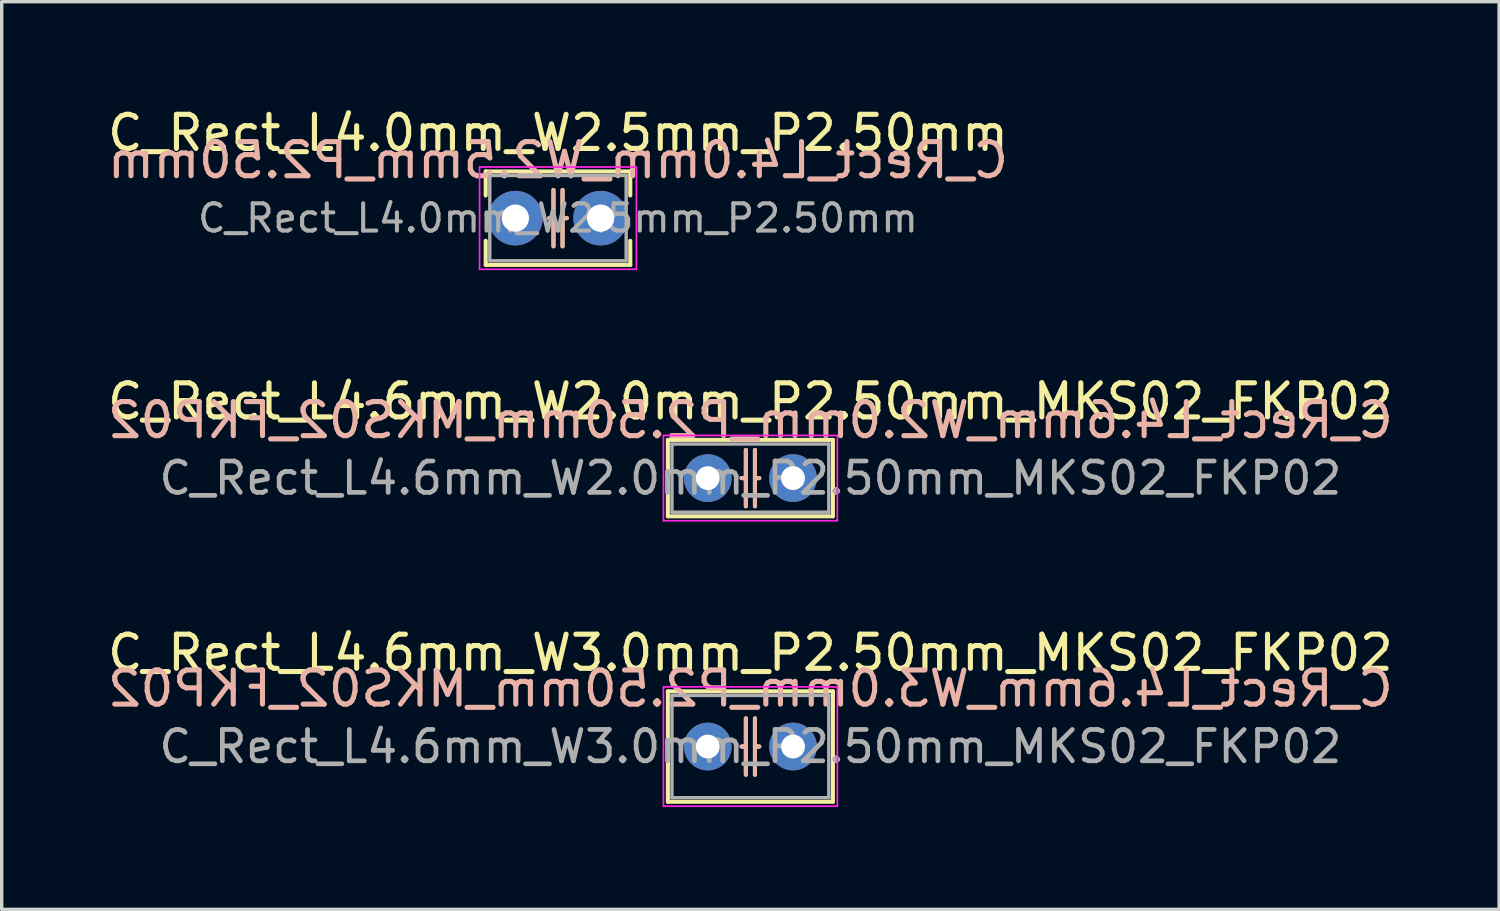
<source format=kicad_pcb>
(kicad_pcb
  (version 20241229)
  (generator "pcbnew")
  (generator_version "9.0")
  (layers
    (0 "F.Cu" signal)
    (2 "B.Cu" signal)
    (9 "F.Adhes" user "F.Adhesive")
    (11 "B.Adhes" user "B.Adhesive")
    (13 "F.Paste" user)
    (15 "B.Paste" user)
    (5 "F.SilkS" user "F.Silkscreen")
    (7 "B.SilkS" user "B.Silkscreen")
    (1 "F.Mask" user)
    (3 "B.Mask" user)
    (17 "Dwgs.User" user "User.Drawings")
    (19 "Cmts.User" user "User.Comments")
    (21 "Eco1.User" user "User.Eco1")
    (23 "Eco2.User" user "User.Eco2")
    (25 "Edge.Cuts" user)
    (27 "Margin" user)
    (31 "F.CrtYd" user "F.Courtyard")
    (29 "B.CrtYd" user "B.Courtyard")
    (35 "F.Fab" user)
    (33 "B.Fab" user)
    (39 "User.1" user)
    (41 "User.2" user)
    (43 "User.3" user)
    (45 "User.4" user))
  (footprint "C_Rect_L4.6mm_W3.0mm_P2.50mm_MKS02_FKP02"
    (layer "F.Cu")
    (at 17.708 18.845)
    (property "Reference" "C_Rect_L4.6mm_W3.0mm_P2.50mm_MKS02_FKP02" (at 1.25 -2.75 0) (layer "F.SilkS") (effects (font (size 1 1) (thickness 0.15))))
    (fp_line (start -1.17 -1.62) (end -1.17 1.62) (stroke (width 0.12) (type solid)) (layer "F.SilkS"))
    (fp_line (start -1.17 -1.62) (end 3.67 -1.62) (stroke (width 0.12) (type solid)) (layer "F.SilkS"))
    (fp_line (start -1.17 1.62) (end 3.67 1.62) (stroke (width 0.12) (type solid)) (layer "F.SilkS"))
    (fp_line (start 0.991 0) (end 1.054 0) (stroke (width 0.12) (type solid)) (layer "F.SilkS"))
    (fp_line (start 1.054 0) (end 1.118 0) (stroke (width 0.12) (type solid)) (layer "F.SilkS"))
    (fp_line (start 1.118 0) (end 1.118 -0.826) (stroke (width 0.12) (type solid)) (layer "F.SilkS"))
    (fp_line (start 1.118 0.826) (end 1.118 0) (stroke (width 0.12) (type solid)) (layer "F.SilkS"))
    (fp_line (start 1.384 0) (end 1.384 -0.826) (stroke (width 0.12) (type solid)) (layer "F.SilkS"))
    (fp_line (start 1.384 0.826) (end 1.384 0) (stroke (width 0.12) (type solid)) (layer "F.SilkS"))
    (fp_line (start 1.448 0) (end 1.384 0) (stroke (width 0.12) (type solid)) (layer "F.SilkS"))
    (fp_line (start 1.511 0) (end 1.448 0) (stroke (width 0.12) (type solid)) (layer "F.SilkS"))
    (fp_line (start 3.67 -1.62) (end 3.67 1.62) (stroke (width 0.12) (type solid)) (layer "F.SilkS"))
    (fp_line (start 0.99 0) (end 1.054 0) (stroke (width 0.12) (type solid)) (layer "B.SilkS"))
    (fp_line (start 1.054 0) (end 1.117 0) (stroke (width 0.12) (type solid)) (layer "B.SilkS"))
    (fp_line (start 1.117 -0.826) (end 1.117 0) (stroke (width 0.12) (type solid)) (layer "B.SilkS"))
    (fp_line (start 1.117 0) (end 1.117 0.826) (stroke (width 0.12) (type solid)) (layer "B.SilkS"))
    (fp_line (start 1.384 -0.826) (end 1.384 0) (stroke (width 0.12) (type solid)) (layer "B.SilkS"))
    (fp_line (start 1.384 0) (end 1.384 0.826) (stroke (width 0.12) (type solid)) (layer "B.SilkS"))
    (fp_line (start 1.447 0) (end 1.384 0) (stroke (width 0.12) (type solid)) (layer "B.SilkS"))
    (fp_line (start 1.511 0) (end 1.447 0) (stroke (width 0.12) (type solid)) (layer "B.SilkS"))
    (fp_line (start -1.3 -1.75) (end -1.3 1.75) (stroke (width 0.05) (type solid)) (layer "F.CrtYd"))
    (fp_line (start -1.3 1.75) (end 3.8 1.75) (stroke (width 0.05) (type solid)) (layer "F.CrtYd"))
    (fp_line (start 3.8 -1.75) (end -1.3 -1.75) (stroke (width 0.05) (type solid)) (layer "F.CrtYd"))
    (fp_line (start 3.8 1.75) (end 3.8 -1.75) (stroke (width 0.05) (type solid)) (layer "F.CrtYd"))
    (fp_line (start -1.05 -1.5) (end -1.05 1.5) (stroke (width 0.1) (type solid)) (layer "F.Fab"))
    (fp_line (start -1.05 1.5) (end 3.55 1.5) (stroke (width 0.1) (type solid)) (layer "F.Fab"))
    (fp_line (start 3.55 -1.5) (end -1.05 -1.5) (stroke (width 0.1) (type solid)) (layer "F.Fab"))
    (fp_line (start 3.55 1.5) (end 3.55 -1.5) (stroke (width 0.1) (type solid)) (layer "F.Fab"))
    (fp_text user "${REFERENCE}" (at 1.25 -1.7 0) (layer "B.SilkS") (effects (font (size 1 1) (thickness 0.15)) (justify mirror)))
    (fp_text user "${REFERENCE}" (at 1.25 0 0) (layer "F.Fab") (effects (font (size 0.92 0.92) (thickness 0.138))))
    (pad "1" thru_hole circle (at 0 0) (size 1.4 1.4) (drill 0.7) (layers "*.Cu" "*.Mask"))
    (pad "2" thru_hole circle (at 2.5 0) (size 1.4 1.4) (drill 0.7) (layers "*.Cu" "*.Mask")))
  (footprint "C_Rect_L4.6mm_W2.0mm_P2.50mm_MKS02_FKP02"
    (layer "F.Cu")
    (at 17.708 10.972)
    (property "Reference" "C_Rect_L4.6mm_W2.0mm_P2.50mm_MKS02_FKP02" (at 1.25 -2.25 0) (layer "F.SilkS") (effects (font (size 1 1) (thickness 0.15))))
    (fp_line (start -1.17 -1.12) (end -1.17 1.12) (stroke (width 0.12) (type solid)) (layer "F.SilkS"))
    (fp_line (start -1.17 -1.12) (end 3.67 -1.12) (stroke (width 0.12) (type solid)) (layer "F.SilkS"))
    (fp_line (start -1.17 1.12) (end 3.67 1.12) (stroke (width 0.12) (type solid)) (layer "F.SilkS"))
    (fp_line (start 0.991 0) (end 1.054 0) (stroke (width 0.12) (type solid)) (layer "F.SilkS"))
    (fp_line (start 1.054 0) (end 1.118 0) (stroke (width 0.12) (type solid)) (layer "F.SilkS"))
    (fp_line (start 1.118 0) (end 1.118 -0.826) (stroke (width 0.12) (type solid)) (layer "F.SilkS"))
    (fp_line (start 1.118 0.826) (end 1.118 0) (stroke (width 0.12) (type solid)) (layer "F.SilkS"))
    (fp_line (start 1.384 0) (end 1.384 -0.826) (stroke (width 0.12) (type solid)) (layer "F.SilkS"))
    (fp_line (start 1.384 0.826) (end 1.384 0) (stroke (width 0.12) (type solid)) (layer "F.SilkS"))
    (fp_line (start 1.448 0) (end 1.384 0) (stroke (width 0.12) (type solid)) (layer "F.SilkS"))
    (fp_line (start 1.511 0) (end 1.448 0) (stroke (width 0.12) (type solid)) (layer "F.SilkS"))
    (fp_line (start 3.67 -1.12) (end 3.67 1.12) (stroke (width 0.12) (type solid)) (layer "F.SilkS"))
    (fp_line (start 0.99 0) (end 1.054 0) (stroke (width 0.12) (type solid)) (layer "B.SilkS"))
    (fp_line (start 1.054 0) (end 1.117 0) (stroke (width 0.12) (type solid)) (layer "B.SilkS"))
    (fp_line (start 1.117 -0.826) (end 1.117 0) (stroke (width 0.12) (type solid)) (layer "B.SilkS"))
    (fp_line (start 1.117 0) (end 1.117 0.826) (stroke (width 0.12) (type solid)) (layer "B.SilkS"))
    (fp_line (start 1.384 -0.826) (end 1.384 0) (stroke (width 0.12) (type solid)) (layer "B.SilkS"))
    (fp_line (start 1.384 0) (end 1.384 0.826) (stroke (width 0.12) (type solid)) (layer "B.SilkS"))
    (fp_line (start 1.447 0) (end 1.384 0) (stroke (width 0.12) (type solid)) (layer "B.SilkS"))
    (fp_line (start 1.511 0) (end 1.447 0) (stroke (width 0.12) (type solid)) (layer "B.SilkS"))
    (fp_line (start -1.3 -1.25) (end -1.3 1.25) (stroke (width 0.05) (type solid)) (layer "F.CrtYd"))
    (fp_line (start -1.3 1.25) (end 3.8 1.25) (stroke (width 0.05) (type solid)) (layer "F.CrtYd"))
    (fp_line (start 3.8 -1.25) (end -1.3 -1.25) (stroke (width 0.05) (type solid)) (layer "F.CrtYd"))
    (fp_line (start 3.8 1.25) (end 3.8 -1.25) (stroke (width 0.05) (type solid)) (layer "F.CrtYd"))
    (fp_line (start -1.05 -1) (end -1.05 1) (stroke (width 0.1) (type solid)) (layer "F.Fab"))
    (fp_line (start -1.05 1) (end 3.55 1) (stroke (width 0.1) (type solid)) (layer "F.Fab"))
    (fp_line (start 3.55 -1) (end -1.05 -1) (stroke (width 0.1) (type solid)) (layer "F.Fab"))
    (fp_line (start 3.55 1) (end 3.55 -1) (stroke (width 0.1) (type solid)) (layer "F.Fab"))
    (fp_text user "${REFERENCE}" (at 1.25 -1.7 0) (layer "B.SilkS") (effects (font (size 1 1) (thickness 0.15)) (justify mirror)))
    (fp_text user "${REFERENCE}" (at 1.25 0 0) (layer "F.Fab") (effects (font (size 0.92 0.92) (thickness 0.138))))
    (pad "1" thru_hole circle (at 0 0) (size 1.4 1.4) (drill 0.7) (layers "*.Cu" "*.Mask"))
    (pad "2" thru_hole circle (at 2.5 0) (size 1.4 1.4) (drill 0.7) (layers "*.Cu" "*.Mask")))
  (footprint "C_Rect_L4.0mm_W2.5mm_P2.50mm"
    (layer "F.Cu")
    (at 12.065 3.348)
    (property "Reference" "C_Rect_L4.0mm_W2.5mm_P2.50mm" (at 1.25 -2.5 0) (layer "F.SilkS") (effects (font (size 1 1) (thickness 0.15))))
    (fp_line (start -0.87 -1.37) (end -0.87 -0.665) (stroke (width 0.12) (type solid)) (layer "F.SilkS"))
    (fp_line (start -0.87 -1.37) (end 3.37 -1.37) (stroke (width 0.12) (type solid)) (layer "F.SilkS"))
    (fp_line (start -0.87 0.665) (end -0.87 1.37) (stroke (width 0.12) (type solid)) (layer "F.SilkS"))
    (fp_line (start -0.87 1.37) (end 3.37 1.37) (stroke (width 0.12) (type solid)) (layer "F.SilkS"))
    (fp_line (start 0.991 0) (end 1.054 0) (stroke (width 0.12) (type solid)) (layer "F.SilkS"))
    (fp_line (start 1.054 0) (end 1.118 0) (stroke (width 0.12) (type solid)) (layer "F.SilkS"))
    (fp_line (start 1.118 0) (end 1.118 -0.826) (stroke (width 0.12) (type solid)) (layer "F.SilkS"))
    (fp_line (start 1.118 0.826) (end 1.118 0) (stroke (width 0.12) (type solid)) (layer "F.SilkS"))
    (fp_line (start 1.384 0) (end 1.384 -0.826) (stroke (width 0.12) (type solid)) (layer "F.SilkS"))
    (fp_line (start 1.384 0.826) (end 1.384 0) (stroke (width 0.12) (type solid)) (layer "F.SilkS"))
    (fp_line (start 1.448 0) (end 1.384 0) (stroke (width 0.12) (type solid)) (layer "F.SilkS"))
    (fp_line (start 1.511 0) (end 1.448 0) (stroke (width 0.12) (type solid)) (layer "F.SilkS"))
    (fp_line (start 3.37 -1.37) (end 3.37 -0.665) (stroke (width 0.12) (type solid)) (layer "F.SilkS"))
    (fp_line (start 3.37 0.665) (end 3.37 1.37) (stroke (width 0.12) (type solid)) (layer "F.SilkS"))
    (fp_line (start 0.99 0) (end 1.054 0) (stroke (width 0.12) (type solid)) (layer "B.SilkS"))
    (fp_line (start 1.054 0) (end 1.117 0) (stroke (width 0.12) (type solid)) (layer "B.SilkS"))
    (fp_line (start 1.117 -0.826) (end 1.117 0) (stroke (width 0.12) (type solid)) (layer "B.SilkS"))
    (fp_line (start 1.117 0) (end 1.117 0.826) (stroke (width 0.12) (type solid)) (layer "B.SilkS"))
    (fp_line (start 1.384 -0.826) (end 1.384 0) (stroke (width 0.12) (type solid)) (layer "B.SilkS"))
    (fp_line (start 1.384 0) (end 1.384 0.826) (stroke (width 0.12) (type solid)) (layer "B.SilkS"))
    (fp_line (start 1.447 0) (end 1.384 0) (stroke (width 0.12) (type solid)) (layer "B.SilkS"))
    (fp_line (start 1.511 0) (end 1.447 0) (stroke (width 0.12) (type solid)) (layer "B.SilkS"))
    (fp_line (start -1.05 -1.5) (end -1.05 1.5) (stroke (width 0.05) (type solid)) (layer "F.CrtYd"))
    (fp_line (start -1.05 1.5) (end 3.55 1.5) (stroke (width 0.05) (type solid)) (layer "F.CrtYd"))
    (fp_line (start 3.55 -1.5) (end -1.05 -1.5) (stroke (width 0.05) (type solid)) (layer "F.CrtYd"))
    (fp_line (start 3.55 1.5) (end 3.55 -1.5) (stroke (width 0.05) (type solid)) (layer "F.CrtYd"))
    (fp_line (start -0.75 -1.25) (end -0.75 1.25) (stroke (width 0.1) (type solid)) (layer "F.Fab"))
    (fp_line (start -0.75 1.25) (end 3.25 1.25) (stroke (width 0.1) (type solid)) (layer "F.Fab"))
    (fp_line (start 3.25 -1.25) (end -0.75 -1.25) (stroke (width 0.1) (type solid)) (layer "F.Fab"))
    (fp_line (start 3.25 1.25) (end 3.25 -1.25) (stroke (width 0.1) (type solid)) (layer "F.Fab"))
    (fp_text user "${REFERENCE}" (at 1.25 -1.7 0) (layer "B.SilkS") (effects (font (size 1 1) (thickness 0.15)) (justify mirror)))
    (fp_text user "${REFERENCE}" (at 1.25 0 0) (layer "F.Fab") (effects (font (size 0.8 0.8) (thickness 0.12))))
    (pad "1" thru_hole circle (at 0 0) (size 1.6 1.6) (drill 0.8) (layers "*.Cu" "*.Mask"))
    (pad "2" thru_hole circle (at 2.5 0) (size 1.6 1.6) (drill 0.8) (layers "*.Cu" "*.Mask")))
  (gr_rect
    (start -3 -3)
    (end 40.917 23.62)
    (stroke (width 0.1) (type default))
    (fill no)
    (layer "Edge.Cuts")))
</source>
